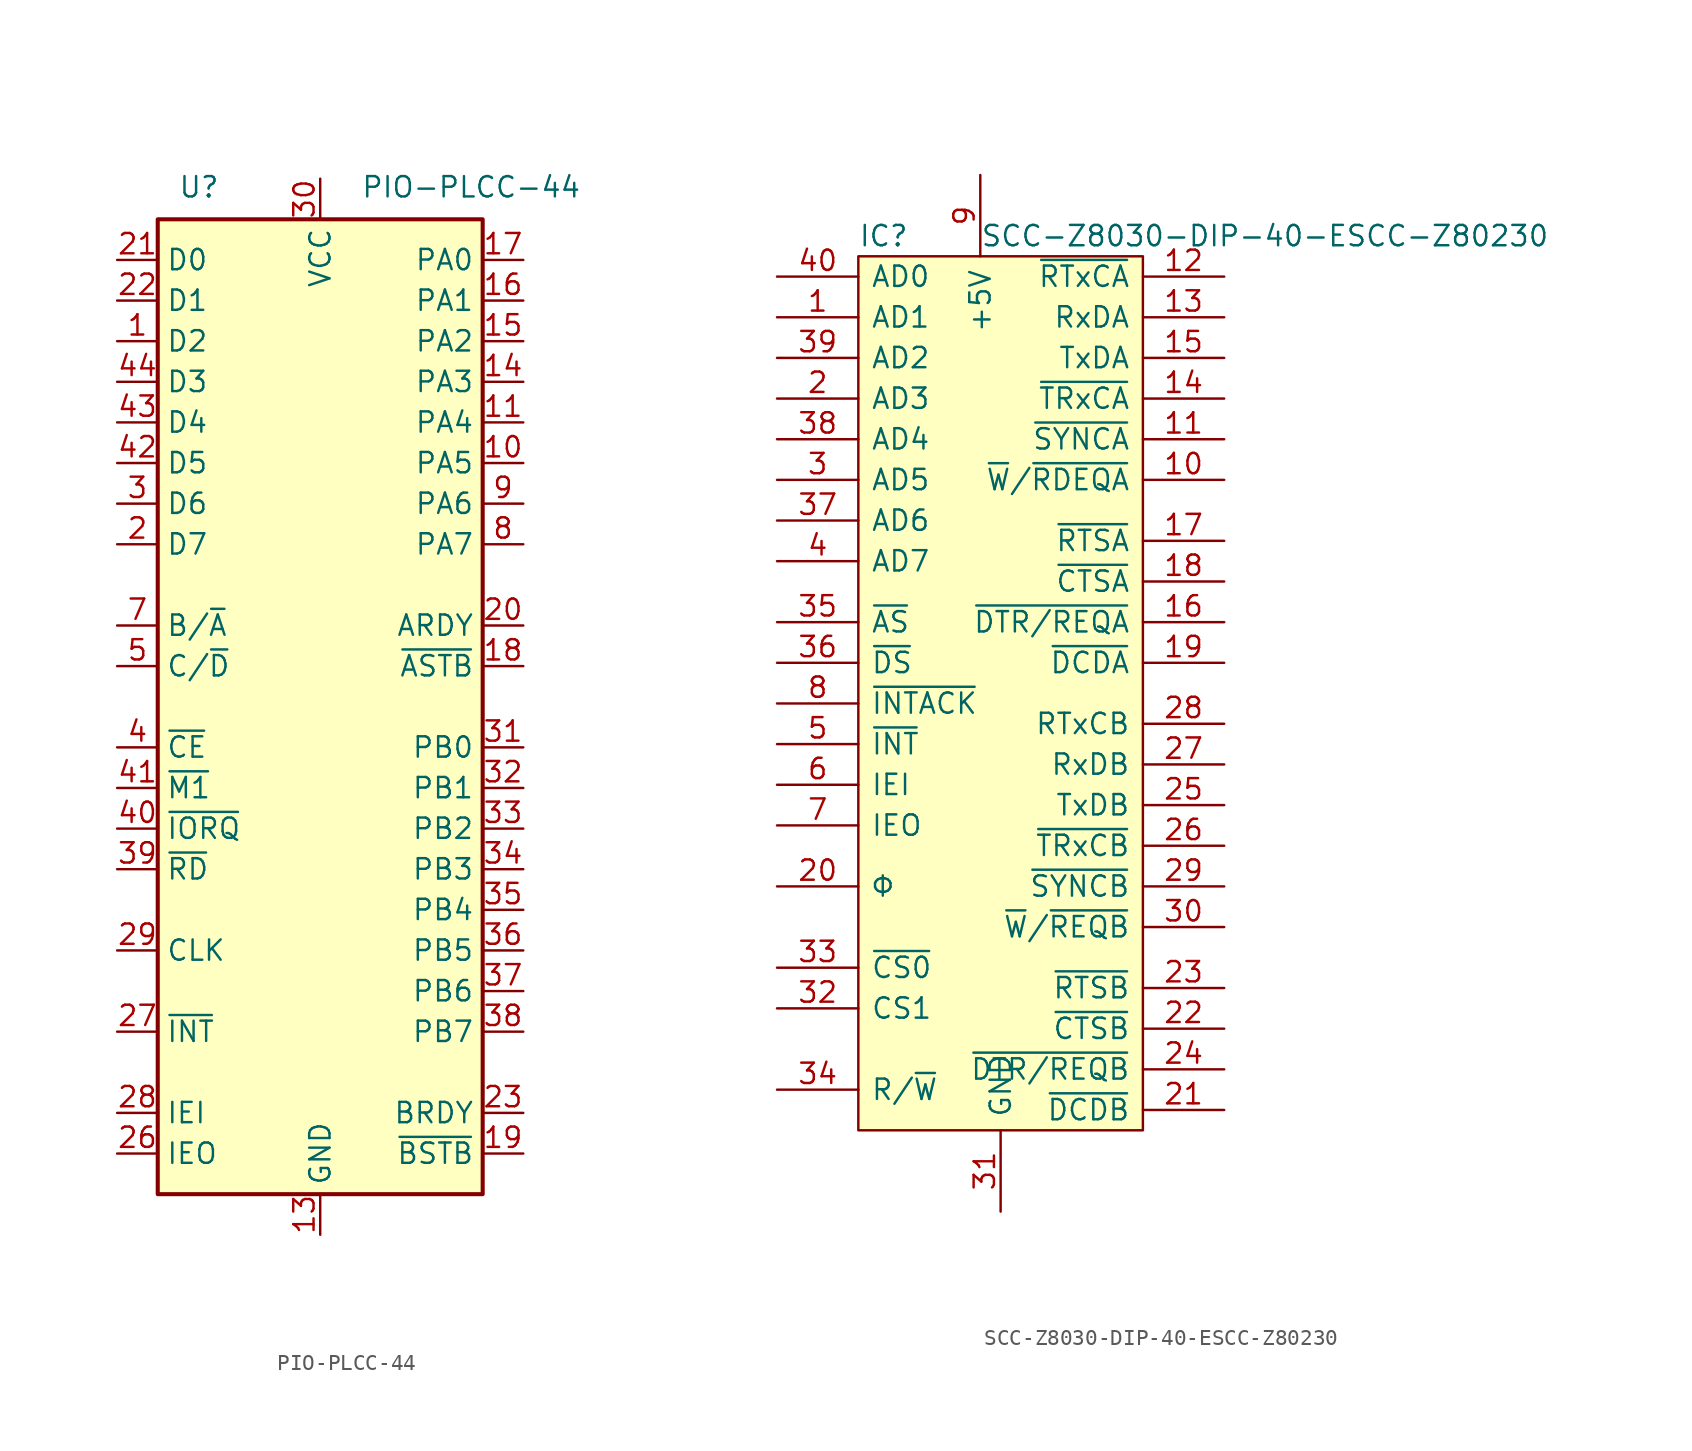
<source format=kicad_sym>
(kicad_symbol_lib
  (version 20211014)
  (generator kicad_symbol_editor)
  (symbol "PIO-PLCC-44"
    (property "Reference" "U"
      (at 1.27 1.27 0)
      (effects (font (size 1.27 1.27)) (justify left bottom)))
    (property "Value" "PIO-PLCC-44"
      (at 12.7 1.27 0)
      (effects (font (size 1.27 1.27)) (justify left bottom)))
    (symbol "PIO-PLCC-44_0_0"
      (pin no_connect line (at 13.97 -21.59 0) (length 2.54) hide (name "NC" (effects (font (size 1.27 1.27)))) (number "12" (effects (font (size 1.27 1.27)))))
      (pin no_connect line (at 13.97 -19.05 0) (length 2.54) hide (name "NC" (effects (font (size 1.27 1.27)))) (number "24" (effects (font (size 1.27 1.27)))))
      (pin no_connect line (at 13.97 -16.51 0) (length 2.54) hide (name "NC" (effects (font (size 1.27 1.27)))) (number "25" (effects (font (size 1.27 1.27)))))
      (pin no_connect line (at 13.97 -13.97 0) (length 2.54) hide (name "NC" (effects (font (size 1.27 1.27)))) (number "6" (effects (font (size 1.27 1.27))))))
    (symbol "PIO-PLCC-44_1_0"
      (rectangle (start 0 0) (end 20.32 -60.96) (stroke (width 0.254) (type default) (color 0 0 0 0)) (fill (type background))))
    (symbol "PIO-PLCC-44_1_1"
      (pin bidirectional line (at -2.54 -7.62 0) (length 2.54) (name "D2" (effects (font (size 1.27 1.27)))) (number "1" (effects (font (size 1.27 1.27)))))
      (pin bidirectional line (at 22.86 -15.24 180) (length 2.54) (name "PA5" (effects (font (size 1.27 1.27)))) (number "10" (effects (font (size 1.27 1.27)))))
      (pin bidirectional line (at 22.86 -12.7 180) (length 2.54) (name "PA4" (effects (font (size 1.27 1.27)))) (number "11" (effects (font (size 1.27 1.27)))))
      (pin power_in line (at 10.16 -63.5 90) (length 2.54) (name "GND" (effects (font (size 1.27 1.27)))) (number "13" (effects (font (size 1.27 1.27)))))
      (pin bidirectional line (at 22.86 -10.16 180) (length 2.54) (name "PA3" (effects (font (size 1.27 1.27)))) (number "14" (effects (font (size 1.27 1.27)))))
      (pin bidirectional line (at 22.86 -7.62 180) (length 2.54) (name "PA2" (effects (font (size 1.27 1.27)))) (number "15" (effects (font (size 1.27 1.27)))))
      (pin bidirectional line (at 22.86 -5.08 180) (length 2.54) (name "PA1" (effects (font (size 1.27 1.27)))) (number "16" (effects (font (size 1.27 1.27)))))
      (pin bidirectional line (at 22.86 -2.54 180) (length 2.54) (name "PA0" (effects (font (size 1.27 1.27)))) (number "17" (effects (font (size 1.27 1.27)))))
      (pin input line (at 22.86 -27.94 180) (length 2.54) (name "~{ASTB}" (effects (font (size 1.27 1.27)))) (number "18" (effects (font (size 1.27 1.27)))))
      (pin input line (at 22.86 -58.42 180) (length 2.54) (name "~{BSTB}" (effects (font (size 1.27 1.27)))) (number "19" (effects (font (size 1.27 1.27)))))
      (pin bidirectional line (at -2.54 -20.32 0) (length 2.54) (name "D7" (effects (font (size 1.27 1.27)))) (number "2" (effects (font (size 1.27 1.27)))))
      (pin output line (at 22.86 -25.4 180) (length 2.54) (name "ARDY" (effects (font (size 1.27 1.27)))) (number "20" (effects (font (size 1.27 1.27)))))
      (pin bidirectional line (at -2.54 -2.54 0) (length 2.54) (name "D0" (effects (font (size 1.27 1.27)))) (number "21" (effects (font (size 1.27 1.27)))))
      (pin bidirectional line (at -2.54 -5.08 0) (length 2.54) (name "D1" (effects (font (size 1.27 1.27)))) (number "22" (effects (font (size 1.27 1.27)))))
      (pin output line (at 22.86 -55.88 180) (length 2.54) (name "BRDY" (effects (font (size 1.27 1.27)))) (number "23" (effects (font (size 1.27 1.27)))))
      (pin output line (at -2.54 -58.42 0) (length 2.54) (name "IEO" (effects (font (size 1.27 1.27)))) (number "26" (effects (font (size 1.27 1.27)))))
      (pin open_collector line (at -2.54 -50.8 0) (length 2.54) (name "~{INT}" (effects (font (size 1.27 1.27)))) (number "27" (effects (font (size 1.27 1.27)))))
      (pin input line (at -2.54 -55.88 0) (length 2.54) (name "IEI" (effects (font (size 1.27 1.27)))) (number "28" (effects (font (size 1.27 1.27)))))
      (pin input line (at -2.54 -45.72 0) (length 2.54) (name "CLK" (effects (font (size 1.27 1.27)))) (number "29" (effects (font (size 1.27 1.27)))))
      (pin bidirectional line (at -2.54 -17.78 0) (length 2.54) (name "D6" (effects (font (size 1.27 1.27)))) (number "3" (effects (font (size 1.27 1.27)))))
      (pin power_in line (at 10.16 2.54 270) (length 2.54) (name "VCC" (effects (font (size 1.27 1.27)))) (number "30" (effects (font (size 1.27 1.27)))))
      (pin bidirectional line (at 22.86 -33.02 180) (length 2.54) (name "PB0" (effects (font (size 1.27 1.27)))) (number "31" (effects (font (size 1.27 1.27)))))
      (pin bidirectional line (at 22.86 -35.56 180) (length 2.54) (name "PB1" (effects (font (size 1.27 1.27)))) (number "32" (effects (font (size 1.27 1.27)))))
      (pin bidirectional line (at 22.86 -38.1 180) (length 2.54) (name "PB2" (effects (font (size 1.27 1.27)))) (number "33" (effects (font (size 1.27 1.27)))))
      (pin bidirectional line (at 22.86 -40.64 180) (length 2.54) (name "PB3" (effects (font (size 1.27 1.27)))) (number "34" (effects (font (size 1.27 1.27)))))
      (pin bidirectional line (at 22.86 -43.18 180) (length 2.54) (name "PB4" (effects (font (size 1.27 1.27)))) (number "35" (effects (font (size 1.27 1.27)))))
      (pin bidirectional line (at 22.86 -45.72 180) (length 2.54) (name "PB5" (effects (font (size 1.27 1.27)))) (number "36" (effects (font (size 1.27 1.27)))))
      (pin bidirectional line (at 22.86 -48.26 180) (length 2.54) (name "PB6" (effects (font (size 1.27 1.27)))) (number "37" (effects (font (size 1.27 1.27)))))
      (pin bidirectional line (at 22.86 -50.8 180) (length 2.54) (name "PB7" (effects (font (size 1.27 1.27)))) (number "38" (effects (font (size 1.27 1.27)))))
      (pin input line (at -2.54 -40.64 0) (length 2.54) (name "~{RD}" (effects (font (size 1.27 1.27)))) (number "39" (effects (font (size 1.27 1.27)))))
      (pin input line (at -2.54 -33.02 0) (length 2.54) (name "~{CE}" (effects (font (size 1.27 1.27)))) (number "4" (effects (font (size 1.27 1.27)))))
      (pin input line (at -2.54 -38.1 0) (length 2.54) (name "~{IORQ}" (effects (font (size 1.27 1.27)))) (number "40" (effects (font (size 1.27 1.27)))))
      (pin input line (at -2.54 -35.56 0) (length 2.54) (name "~{M1}" (effects (font (size 1.27 1.27)))) (number "41" (effects (font (size 1.27 1.27)))))
      (pin bidirectional line (at -2.54 -15.24 0) (length 2.54) (name "D5" (effects (font (size 1.27 1.27)))) (number "42" (effects (font (size 1.27 1.27)))))
      (pin bidirectional line (at -2.54 -12.7 0) (length 2.54) (name "D4" (effects (font (size 1.27 1.27)))) (number "43" (effects (font (size 1.27 1.27)))))
      (pin bidirectional line (at -2.54 -10.16 0) (length 2.54) (name "D3" (effects (font (size 1.27 1.27)))) (number "44" (effects (font (size 1.27 1.27)))))
      (pin input line (at -2.54 -27.94 0) (length 2.54) (name "C/~{D}" (effects (font (size 1.27 1.27)))) (number "5" (effects (font (size 1.27 1.27)))))
      (pin input line (at -2.54 -25.4 0) (length 2.54) (name "B/~{A}" (effects (font (size 1.27 1.27)))) (number "7" (effects (font (size 1.27 1.27)))))
      (pin bidirectional line (at 22.86 -20.32 180) (length 2.54) (name "PA7" (effects (font (size 1.27 1.27)))) (number "8" (effects (font (size 1.27 1.27)))))
      (pin bidirectional line (at 22.86 -17.78 180) (length 2.54) (name "PA6" (effects (font (size 1.27 1.27)))) (number "9" (effects (font (size 1.27 1.27)))))))
  (symbol "SCC-Z8030-DIP-40-ESCC-Z80230"
    (pin_names
      (offset 0.762))
    (property "Reference" "IC"
      (at 0 1.27 0)
      (effects (font (size 1.27 1.27)) (justify left)))
    (property "Value" "SCC-Z8030-DIP-40-ESCC-Z80230"
      (at 7.62 1.27 0)
      (effects (font (size 1.27 1.27)) (justify left)))
    (symbol "SCC-Z8030-DIP-40-ESCC-Z80230_0_0"
      (pin bidirectional line (at -5.08 -3.81 0) (length 5.08) (name "AD1" (effects (font (size 1.27 1.27)))) (number "1" (effects (font (size 1.27 1.27)))))
      (pin output line (at 22.86 -13.97 180) (length 5.08) (name "~{W}/~{RDEQA}" (effects (font (size 1.27 1.27)))) (number "10" (effects (font (size 1.27 1.27)))))
      (pin bidirectional line (at 22.86 -11.43 180) (length 5.08) (name "~{SYNCA}" (effects (font (size 1.27 1.27)))) (number "11" (effects (font (size 1.27 1.27)))))
      (pin input line (at 22.86 -1.27 180) (length 5.08) (name "~{RTxCA}" (effects (font (size 1.27 1.27)))) (number "12" (effects (font (size 1.27 1.27)))))
      (pin input line (at 22.86 -3.81 180) (length 5.08) (name "RxDA" (effects (font (size 1.27 1.27)))) (number "13" (effects (font (size 1.27 1.27)))))
      (pin input line (at 22.86 -8.89 180) (length 5.08) (name "~{TRxCA}" (effects (font (size 1.27 1.27)))) (number "14" (effects (font (size 1.27 1.27)))))
      (pin output line (at 22.86 -6.35 180) (length 5.08) (name "TxDA" (effects (font (size 1.27 1.27)))) (number "15" (effects (font (size 1.27 1.27)))))
      (pin output line (at 22.86 -22.86 180) (length 5.08) (name "~{DTR/REQA}" (effects (font (size 1.27 1.27)))) (number "16" (effects (font (size 1.27 1.27)))))
      (pin output line (at 22.86 -17.78 180) (length 5.08) (name "~{RTSA}" (effects (font (size 1.27 1.27)))) (number "17" (effects (font (size 1.27 1.27)))))
      (pin input line (at 22.86 -20.32 180) (length 5.08) (name "~{CTSA}" (effects (font (size 1.27 1.27)))) (number "18" (effects (font (size 1.27 1.27)))))
      (pin input line (at 22.86 -25.4 180) (length 5.08) (name "~{DCDA}" (effects (font (size 1.27 1.27)))) (number "19" (effects (font (size 1.27 1.27)))))
      (pin bidirectional line (at -5.08 -8.89 0) (length 5.08) (name "AD3" (effects (font (size 1.27 1.27)))) (number "2" (effects (font (size 1.27 1.27)))))
      (pin input line (at -5.08 -39.37 0) (length 5.08) (name "Φ" (effects (font (size 1.27 1.27)))) (number "20" (effects (font (size 1.27 1.27)))))
      (pin input line (at 22.86 -53.34 180) (length 5.08) (name "~{DCDB}" (effects (font (size 1.27 1.27)))) (number "21" (effects (font (size 1.27 1.27)))))
      (pin input line (at 22.86 -48.26 180) (length 5.08) (name "~{CTSB}" (effects (font (size 1.27 1.27)))) (number "22" (effects (font (size 1.27 1.27)))))
      (pin output line (at 22.86 -45.72 180) (length 5.08) (name "~{RTSB}" (effects (font (size 1.27 1.27)))) (number "23" (effects (font (size 1.27 1.27)))))
      (pin output line (at 22.86 -50.8 180) (length 5.08) (name "~{DTR/REQB}" (effects (font (size 1.27 1.27)))) (number "24" (effects (font (size 1.27 1.27)))))
      (pin output line (at 22.86 -34.29 180) (length 5.08) (name "TxDB" (effects (font (size 1.27 1.27)))) (number "25" (effects (font (size 1.27 1.27)))))
      (pin bidirectional line (at 22.86 -36.83 180) (length 5.08) (name "~{TRxCB}" (effects (font (size 1.27 1.27)))) (number "26" (effects (font (size 1.27 1.27)))))
      (pin input line (at 22.86 -31.75 180) (length 5.08) (name "RxDB" (effects (font (size 1.27 1.27)))) (number "27" (effects (font (size 1.27 1.27)))))
      (pin input line (at 22.86 -29.21 180) (length 5.08) (name "RTxCB" (effects (font (size 1.27 1.27)))) (number "28" (effects (font (size 1.27 1.27)))))
      (pin bidirectional line (at 22.86 -39.37 180) (length 5.08) (name "~{SYNCB}" (effects (font (size 1.27 1.27)))) (number "29" (effects (font (size 1.27 1.27)))))
      (pin bidirectional line (at -5.08 -13.97 0) (length 5.08) (name "AD5" (effects (font (size 1.27 1.27)))) (number "3" (effects (font (size 1.27 1.27)))))
      (pin output line (at 22.86 -41.91 180) (length 5.08) (name "~{W}/~{REQB}" (effects (font (size 1.27 1.27)))) (number "30" (effects (font (size 1.27 1.27)))))
      (pin power_in line (at 8.89 -59.69 90) (length 5.08) (name "GND" (effects (font (size 1.27 1.27)))) (number "31" (effects (font (size 1.27 1.27)))))
      (pin input line (at -5.08 -46.99 0) (length 5.08) (name "CS1" (effects (font (size 1.27 1.27)))) (number "32" (effects (font (size 1.27 1.27)))))
      (pin input line (at -5.08 -44.45 0) (length 5.08) (name "~{CS0}" (effects (font (size 1.27 1.27)))) (number "33" (effects (font (size 1.27 1.27)))))
      (pin input line (at -5.08 -52.07 0) (length 5.08) (name "R/~{W}" (effects (font (size 1.27 1.27)))) (number "34" (effects (font (size 1.27 1.27)))))
      (pin input line (at -5.08 -22.86 0) (length 5.08) (name "~{AS}" (effects (font (size 1.27 1.27)))) (number "35" (effects (font (size 1.27 1.27)))))
      (pin input line (at -5.08 -25.4 0) (length 5.08) (name "~{DS}" (effects (font (size 1.27 1.27)))) (number "36" (effects (font (size 1.27 1.27)))))
      (pin bidirectional line (at -5.08 -16.51 0) (length 5.08) (name "AD6" (effects (font (size 1.27 1.27)))) (number "37" (effects (font (size 1.27 1.27)))))
      (pin bidirectional line (at -5.08 -11.43 0) (length 5.08) (name "AD4" (effects (font (size 1.27 1.27)))) (number "38" (effects (font (size 1.27 1.27)))))
      (pin bidirectional line (at -5.08 -6.35 0) (length 5.08) (name "AD2" (effects (font (size 1.27 1.27)))) (number "39" (effects (font (size 1.27 1.27)))))
      (pin bidirectional line (at -5.08 -19.05 0) (length 5.08) (name "AD7" (effects (font (size 1.27 1.27)))) (number "4" (effects (font (size 1.27 1.27)))))
      (pin bidirectional line (at -5.08 -1.27 0) (length 5.08) (name "AD0" (effects (font (size 1.27 1.27)))) (number "40" (effects (font (size 1.27 1.27)))))
      (pin input line (at -5.08 -30.48 0) (length 5.08) (name "~{INT}" (effects (font (size 1.27 1.27)))) (number "5" (effects (font (size 1.27 1.27)))))
      (pin input line (at -5.08 -33.02 0) (length 5.08) (name "IEI" (effects (font (size 1.27 1.27)))) (number "6" (effects (font (size 1.27 1.27)))))
      (pin output line (at -5.08 -35.56 0) (length 5.08) (name "IEO" (effects (font (size 1.27 1.27)))) (number "7" (effects (font (size 1.27 1.27)))))
      (pin input line (at -5.08 -27.94 0) (length 5.08) (name "~{INTACK}" (effects (font (size 1.27 1.27)))) (number "8" (effects (font (size 1.27 1.27)))))
      (pin power_in line (at 7.62 5.08 270) (length 5.08) (name "+5V" (effects (font (size 1.27 1.27)))) (number "9" (effects (font (size 1.27 1.27))))))
    (symbol "SCC-Z8030-DIP-40-ESCC-Z80230_0_1"
      (rectangle (start 0 0) (end 17.78 -54.61) (stroke (width 0) (type default) (color 0 0 0 0)) (fill (type background))))))
</source>
